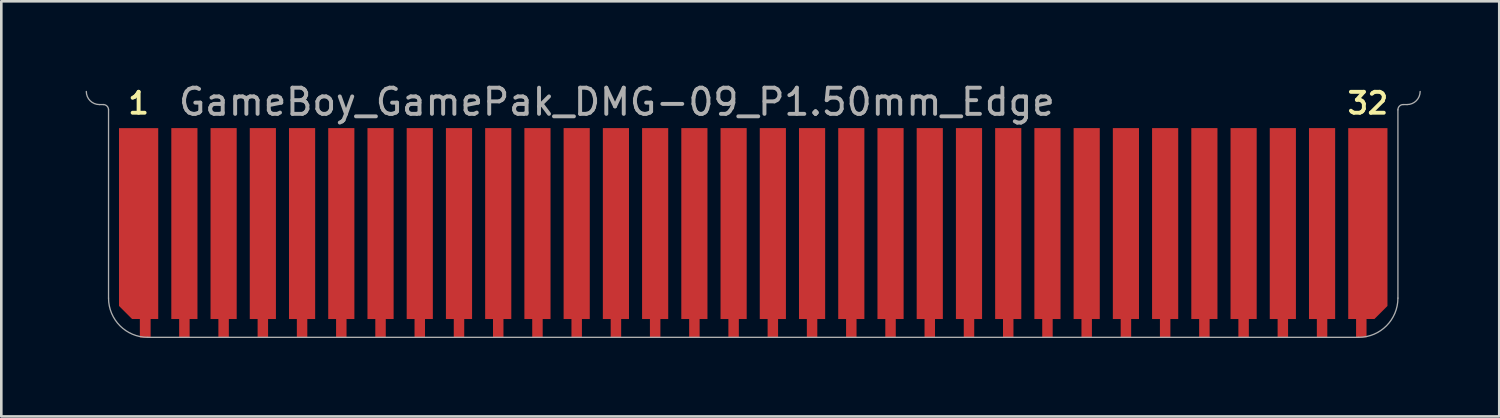
<source format=kicad_pcb>
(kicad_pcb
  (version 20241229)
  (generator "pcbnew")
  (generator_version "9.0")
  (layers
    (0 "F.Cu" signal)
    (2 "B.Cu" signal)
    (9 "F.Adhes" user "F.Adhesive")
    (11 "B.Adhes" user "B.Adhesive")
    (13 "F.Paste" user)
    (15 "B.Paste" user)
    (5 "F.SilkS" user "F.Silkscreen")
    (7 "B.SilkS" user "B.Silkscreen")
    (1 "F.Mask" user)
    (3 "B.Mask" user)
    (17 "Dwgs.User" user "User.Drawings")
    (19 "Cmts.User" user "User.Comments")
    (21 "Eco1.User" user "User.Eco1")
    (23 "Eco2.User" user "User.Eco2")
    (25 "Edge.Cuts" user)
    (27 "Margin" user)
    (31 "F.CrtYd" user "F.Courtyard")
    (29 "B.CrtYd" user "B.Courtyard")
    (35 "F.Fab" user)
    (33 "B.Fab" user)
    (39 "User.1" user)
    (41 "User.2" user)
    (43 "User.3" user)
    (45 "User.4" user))
  (footprint "GameBoy_GamePak_DMG-09_P1.50mm_Edge"
    (layer "F.Cu")
    (at 0.25 0.448)
    (property "Reference" "GameBoy_GamePak_DMG-09_P1.50mm_Edge" (at 3.45 0.4 0) (layer "F.Fab") (effects (font (size 1 1) (thickness 0.15)) (justify left)))
    (attr through_hole)
    (fp_poly (pts (xy 2.45 9.4) (xy 2.05 9.4) (xy 2.05 8.7) (xy 2.45 8.7)) (stroke (width 0) (type solid)) (fill yes) (layer "F.Cu"))
    (fp_poly (pts (xy 50.15 8.7) (xy 0.85 8.7) (xy 0.85 2.4) (xy 50.15 2.4)) (stroke (width 0) (type solid)) (fill yes) (layer "F.Mask"))
    (fp_line (start 0.5 0.5) (end 0.65 0.5) (stroke (width 0.05) (type solid)) (layer "F.Fab"))
    (fp_line (start 0.85 7.9) (end 0.85 0.7) (stroke (width 0.05) (type solid)) (layer "F.Fab"))
    (fp_line (start 2.35 9.4) (end 48.65 9.4) (stroke (width 0.05) (type solid)) (layer "F.Fab"))
    (fp_line (start 50.15 7.9) (end 50.15 0.7) (stroke (width 0.05) (type solid)) (layer "F.Fab"))
    (fp_line (start 50.35 0.5) (end 50.5 0.5) (stroke (width 0.05) (type solid)) (layer "F.Fab"))
    (fp_arc (start 0.5 0.5) (mid 0.146447 0.353553) (end 0 0) (stroke (width 0.05) (type solid)) (layer "F.Fab"))
    (fp_arc (start 0.65 0.5) (mid 0.791421 0.558579) (end 0.85 0.7) (stroke (width 0.05) (type solid)) (layer "F.Fab"))
    (fp_arc (start 2.35 9.4) (mid 1.28934 8.96066) (end 0.85 7.9) (stroke (width 0.05) (type solid)) (layer "F.Fab"))
    (fp_arc (start 50.15 0.7) (mid 50.208579 0.558579) (end 50.35 0.5) (stroke (width 0.05) (type solid)) (layer "F.Fab"))
    (fp_arc (start 50.15 7.9) (mid 49.71066 8.96066) (end 48.65 9.4) (stroke (width 0.05) (type solid)) (layer "F.Fab"))
    (fp_arc (start 51 0) (mid 50.853553 0.353553) (end 50.5 0.5) (stroke (width 0.05) (type solid)) (layer "F.Fab"))
    (fp_text user "1" (at 2 0.45 0) (layer "F.SilkS") (effects (font (size 0.8 0.8) (thickness 0.15))))
    (fp_text user "32" (at 49 0.45 0) (layer "F.SilkS") (effects (font (size 0.8 0.8) (thickness 0.15))))
    (pad "1" smd custom (at 2 1.9) (size 1 1) (layers "F.Cu") (options (anchor rect)) (primitives (gr_poly (pts (xy -0.75 6.3) (xy -0.75 -0.5) (xy 0.75 -0.5) (xy 0.75 6.8) (xy 0.45 6.8) (xy 0.45 7.5) (xy 0.05 7.5) (xy 0.05 6.8) (xy -0.25 6.8)) (width 0) (fill yes))))
    (pad "2" smd custom (at 3.75 1.9) (size 1 1) (layers "F.Cu") (options (anchor rect)) (primitives (gr_poly (pts (xy 0.5 6.8) (xy 0.2 6.8) (xy 0.2 7.5) (xy -0.2 7.5) (xy -0.2 6.8) (xy -0.5 6.8) (xy -0.5 0.5) (xy 0.5 0.5)) (width 0) (fill yes))))
    (pad "3" smd custom (at 5.25 1.9) (size 1 1) (layers "F.Cu") (options (anchor rect)) (primitives (gr_poly (pts (xy 0.5 6.8) (xy 0.2 6.8) (xy 0.2 7.5) (xy -0.2 7.5) (xy -0.2 6.8) (xy -0.5 6.8) (xy -0.5 0.5) (xy 0.5 0.5)) (width 0) (fill yes))))
    (pad "4" smd custom (at 6.75 1.9) (size 1 1) (layers "F.Cu") (options (anchor rect)) (primitives (gr_poly (pts (xy 0.5 6.8) (xy 0.2 6.8) (xy 0.2 7.5) (xy -0.2 7.5) (xy -0.2 6.8) (xy -0.5 6.8) (xy -0.5 0.5) (xy 0.5 0.5)) (width 0) (fill yes))))
    (pad "5" smd custom (at 8.25 1.9) (size 1 1) (layers "F.Cu") (options (anchor rect)) (primitives (gr_poly (pts (xy 0.5 6.8) (xy 0.2 6.8) (xy 0.2 7.5) (xy -0.2 7.5) (xy -0.2 6.8) (xy -0.5 6.8) (xy -0.5 0.5) (xy 0.5 0.5)) (width 0) (fill yes))))
    (pad "6" smd custom (at 9.75 1.9) (size 1 1) (layers "F.Cu") (options (anchor rect)) (primitives (gr_poly (pts (xy 0.5 6.8) (xy 0.2 6.8) (xy 0.2 7.5) (xy -0.2 7.5) (xy -0.2 6.8) (xy -0.5 6.8) (xy -0.5 0.5) (xy 0.5 0.5)) (width 0) (fill yes))))
    (pad "7" smd custom (at 11.25 1.9) (size 1 1) (layers "F.Cu") (options (anchor rect)) (primitives (gr_poly (pts (xy 0.5 6.8) (xy 0.2 6.8) (xy 0.2 7.5) (xy -0.2 7.5) (xy -0.2 6.8) (xy -0.5 6.8) (xy -0.5 0.5) (xy 0.5 0.5)) (width 0) (fill yes))))
    (pad "8" smd custom (at 12.75 1.9) (size 1 1) (layers "F.Cu") (options (anchor rect)) (primitives (gr_poly (pts (xy 0.5 6.8) (xy 0.2 6.8) (xy 0.2 7.5) (xy -0.2 7.5) (xy -0.2 6.8) (xy -0.5 6.8) (xy -0.5 0.5) (xy 0.5 0.5)) (width 0) (fill yes))))
    (pad "9" smd custom (at 14.25 1.9) (size 1 1) (layers "F.Cu") (options (anchor rect)) (primitives (gr_poly (pts (xy 0.5 6.8) (xy 0.2 6.8) (xy 0.2 7.5) (xy -0.2 7.5) (xy -0.2 6.8) (xy -0.5 6.8) (xy -0.5 0.5) (xy 0.5 0.5)) (width 0) (fill yes))))
    (pad "10" smd custom (at 15.75 1.9) (size 1 1) (layers "F.Cu") (options (anchor rect)) (primitives (gr_poly (pts (xy 0.5 6.8) (xy 0.2 6.8) (xy 0.2 7.5) (xy -0.2 7.5) (xy -0.2 6.8) (xy -0.5 6.8) (xy -0.5 0.5) (xy 0.5 0.5)) (width 0) (fill yes))))
    (pad "11" smd custom (at 17.25 1.9) (size 1 1) (layers "F.Cu") (options (anchor rect)) (primitives (gr_poly (pts (xy 0.5 6.8) (xy 0.2 6.8) (xy 0.2 7.5) (xy -0.2 7.5) (xy -0.2 6.8) (xy -0.5 6.8) (xy -0.5 0.5) (xy 0.5 0.5)) (width 0) (fill yes))))
    (pad "12" smd custom (at 18.75 1.9) (size 1 1) (layers "F.Cu") (options (anchor rect)) (primitives (gr_poly (pts (xy 0.5 6.8) (xy 0.2 6.8) (xy 0.2 7.5) (xy -0.2 7.5) (xy -0.2 6.8) (xy -0.5 6.8) (xy -0.5 0.5) (xy 0.5 0.5)) (width 0) (fill yes))))
    (pad "13" smd custom (at 20.25 1.9) (size 1 1) (layers "F.Cu") (options (anchor rect)) (primitives (gr_poly (pts (xy 0.5 6.8) (xy 0.2 6.8) (xy 0.2 7.5) (xy -0.2 7.5) (xy -0.2 6.8) (xy -0.5 6.8) (xy -0.5 0.5) (xy 0.5 0.5)) (width 0) (fill yes))))
    (pad "14" smd custom (at 21.75 1.9) (size 1 1) (layers "F.Cu") (options (anchor rect)) (primitives (gr_poly (pts (xy 0.5 6.8) (xy 0.2 6.8) (xy 0.2 7.5) (xy -0.2 7.5) (xy -0.2 6.8) (xy -0.5 6.8) (xy -0.5 0.5) (xy 0.5 0.5)) (width 0) (fill yes))))
    (pad "15" smd custom (at 23.25 1.9) (size 1 1) (layers "F.Cu") (options (anchor rect)) (primitives (gr_poly (pts (xy 0.5 6.8) (xy 0.2 6.8) (xy 0.2 7.5) (xy -0.2 7.5) (xy -0.2 6.8) (xy -0.5 6.8) (xy -0.5 0.5) (xy 0.5 0.5)) (width 0) (fill yes))))
    (pad "16" smd custom (at 24.75 1.9) (size 1 1) (layers "F.Cu") (options (anchor rect)) (primitives (gr_poly (pts (xy 0.5 6.8) (xy 0.2 6.8) (xy 0.2 7.5) (xy -0.2 7.5) (xy -0.2 6.8) (xy -0.5 6.8) (xy -0.5 0.5) (xy 0.5 0.5)) (width 0) (fill yes))))
    (pad "17" smd custom (at 26.25 1.9) (size 1 1) (layers "F.Cu") (options (anchor rect)) (primitives (gr_poly (pts (xy 0.5 6.8) (xy 0.2 6.8) (xy 0.2 7.5) (xy -0.2 7.5) (xy -0.2 6.8) (xy -0.5 6.8) (xy -0.5 0.5) (xy 0.5 0.5)) (width 0) (fill yes))))
    (pad "18" smd custom (at 27.75 1.9) (size 1 1) (layers "F.Cu") (options (anchor rect)) (primitives (gr_poly (pts (xy 0.5 6.8) (xy 0.2 6.8) (xy 0.2 7.5) (xy -0.2 7.5) (xy -0.2 6.8) (xy -0.5 6.8) (xy -0.5 0.5) (xy 0.5 0.5)) (width 0) (fill yes))))
    (pad "19" smd custom (at 29.25 1.9) (size 1 1) (layers "F.Cu") (options (anchor rect)) (primitives (gr_poly (pts (xy 0.5 6.8) (xy 0.2 6.8) (xy 0.2 7.5) (xy -0.2 7.5) (xy -0.2 6.8) (xy -0.5 6.8) (xy -0.5 0.5) (xy 0.5 0.5)) (width 0) (fill yes))))
    (pad "20" smd custom (at 30.75 1.9) (size 1 1) (layers "F.Cu") (options (anchor rect)) (primitives (gr_poly (pts (xy 0.5 6.8) (xy 0.2 6.8) (xy 0.2 7.5) (xy -0.2 7.5) (xy -0.2 6.8) (xy -0.5 6.8) (xy -0.5 0.5) (xy 0.5 0.5)) (width 0) (fill yes))))
    (pad "21" smd custom (at 32.25 1.9) (size 1 1) (layers "F.Cu") (options (anchor rect)) (primitives (gr_poly (pts (xy 0.5 6.8) (xy 0.2 6.8) (xy 0.2 7.5) (xy -0.2 7.5) (xy -0.2 6.8) (xy -0.5 6.8) (xy -0.5 0.5) (xy 0.5 0.5)) (width 0) (fill yes))))
    (pad "22" smd custom (at 33.75 1.9) (size 1 1) (layers "F.Cu") (options (anchor rect)) (primitives (gr_poly (pts (xy 0.5 6.8) (xy 0.2 6.8) (xy 0.2 7.5) (xy -0.2 7.5) (xy -0.2 6.8) (xy -0.5 6.8) (xy -0.5 0.5) (xy 0.5 0.5)) (width 0) (fill yes))))
    (pad "23" smd custom (at 35.25 1.9) (size 1 1) (layers "F.Cu") (options (anchor rect)) (primitives (gr_poly (pts (xy 0.5 6.8) (xy 0.2 6.8) (xy 0.2 7.5) (xy -0.2 7.5) (xy -0.2 6.8) (xy -0.5 6.8) (xy -0.5 0.5) (xy 0.5 0.5)) (width 0) (fill yes))))
    (pad "24" smd custom (at 36.75 1.9) (size 1 1) (layers "F.Cu") (options (anchor rect)) (primitives (gr_poly (pts (xy 0.5 6.8) (xy 0.2 6.8) (xy 0.2 7.5) (xy -0.2 7.5) (xy -0.2 6.8) (xy -0.5 6.8) (xy -0.5 0.5) (xy 0.5 0.5)) (width 0) (fill yes))))
    (pad "25" smd custom (at 38.25 1.9) (size 1 1) (layers "F.Cu") (options (anchor rect)) (primitives (gr_poly (pts (xy 0.5 6.8) (xy 0.2 6.8) (xy 0.2 7.5) (xy -0.2 7.5) (xy -0.2 6.8) (xy -0.5 6.8) (xy -0.5 0.5) (xy 0.5 0.5)) (width 0) (fill yes))))
    (pad "26" smd custom (at 39.75 1.9) (size 1 1) (layers "F.Cu") (options (anchor rect)) (primitives (gr_poly (pts (xy 0.5 6.8) (xy 0.2 6.8) (xy 0.2 7.5) (xy -0.2 7.5) (xy -0.2 6.8) (xy -0.5 6.8) (xy -0.5 0.5) (xy 0.5 0.5)) (width 0) (fill yes))))
    (pad "27" smd custom (at 41.25 1.9) (size 1 1) (layers "F.Cu") (options (anchor rect)) (primitives (gr_poly (pts (xy 0.5 6.8) (xy 0.2 6.8) (xy 0.2 7.5) (xy -0.2 7.5) (xy -0.2 6.8) (xy -0.5 6.8) (xy -0.5 0.5) (xy 0.5 0.5)) (width 0) (fill yes))))
    (pad "28" smd custom (at 42.75 1.9) (size 1 1) (layers "F.Cu") (options (anchor rect)) (primitives (gr_poly (pts (xy 0.5 6.8) (xy 0.2 6.8) (xy 0.2 7.5) (xy -0.2 7.5) (xy -0.2 6.8) (xy -0.5 6.8) (xy -0.5 0.5) (xy 0.5 0.5)) (width 0) (fill yes))))
    (pad "29" smd custom (at 44.25 1.9) (size 1 1) (layers "F.Cu") (options (anchor rect)) (primitives (gr_poly (pts (xy 0.5 6.8) (xy 0.2 6.8) (xy 0.2 7.5) (xy -0.2 7.5) (xy -0.2 6.8) (xy -0.5 6.8) (xy -0.5 0.5) (xy 0.5 0.5)) (width 0) (fill yes))))
    (pad "30" smd custom (at 45.75 1.9) (size 1 1) (layers "F.Cu") (options (anchor rect)) (primitives (gr_poly (pts (xy 0.5 6.8) (xy 0.2 6.8) (xy 0.2 7.5) (xy -0.2 7.5) (xy -0.2 6.8) (xy -0.5 6.8) (xy -0.5 0.5) (xy 0.5 0.5)) (width 0) (fill yes))))
    (pad "31" smd custom (at 47.25 1.9) (size 1 1) (layers "F.Cu") (options (anchor rect)) (primitives (gr_poly (pts (xy 0.5 6.8) (xy 0.2 6.8) (xy 0.2 7.5) (xy -0.2 7.5) (xy -0.2 6.8) (xy -0.5 6.8) (xy -0.5 0.5) (xy 0.5 0.5)) (width 0) (fill yes))))
    (pad "32" smd custom (at 49 1.9) (size 1 1) (layers "F.Cu") (options (anchor rect)) (primitives (gr_poly (pts (xy -0.75 6.8) (xy -0.75 -0.5) (xy 0.75 -0.5) (xy 0.75 6.3) (xy 0.25 6.8) (xy -0.05 6.8) (xy -0.05 7.5) (xy -0.45 7.5) (xy -0.45 6.8)) (width 0) (fill yes)))))
  (gr_rect
    (start -3 -3)
    (end 54.275 12.873)
    (stroke (width 0.1) (type default))
    (fill no)
    (layer "Edge.Cuts")))
</source>
